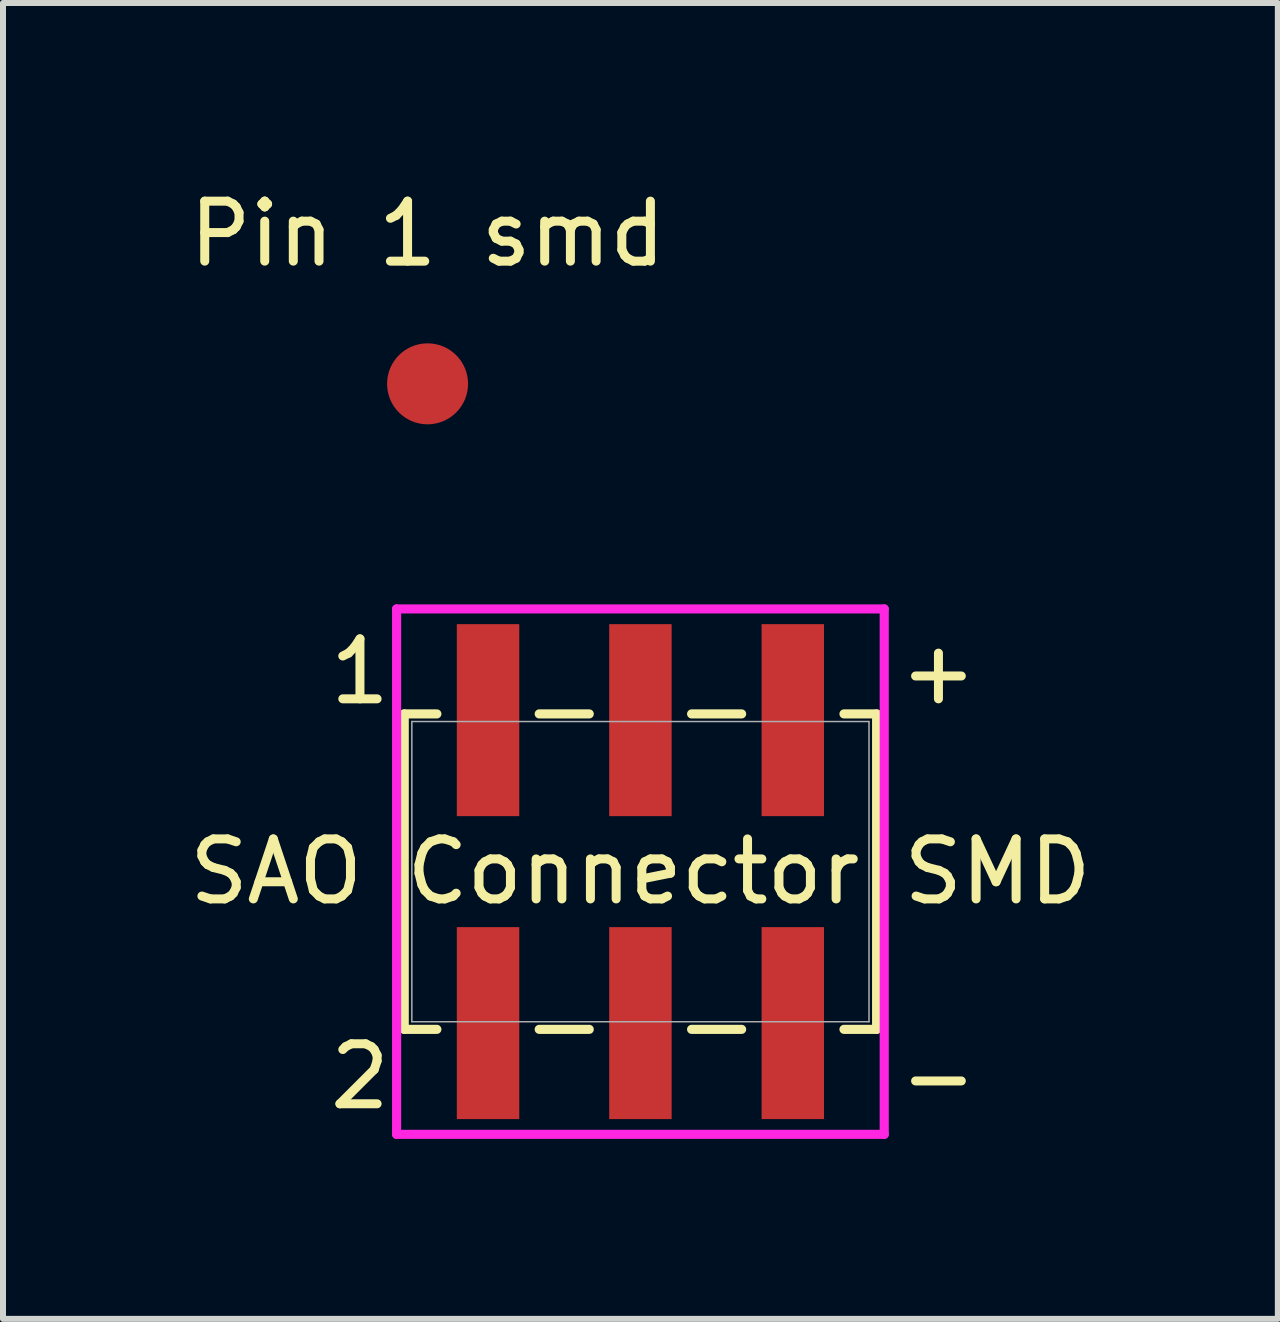
<source format=kicad_pcb>
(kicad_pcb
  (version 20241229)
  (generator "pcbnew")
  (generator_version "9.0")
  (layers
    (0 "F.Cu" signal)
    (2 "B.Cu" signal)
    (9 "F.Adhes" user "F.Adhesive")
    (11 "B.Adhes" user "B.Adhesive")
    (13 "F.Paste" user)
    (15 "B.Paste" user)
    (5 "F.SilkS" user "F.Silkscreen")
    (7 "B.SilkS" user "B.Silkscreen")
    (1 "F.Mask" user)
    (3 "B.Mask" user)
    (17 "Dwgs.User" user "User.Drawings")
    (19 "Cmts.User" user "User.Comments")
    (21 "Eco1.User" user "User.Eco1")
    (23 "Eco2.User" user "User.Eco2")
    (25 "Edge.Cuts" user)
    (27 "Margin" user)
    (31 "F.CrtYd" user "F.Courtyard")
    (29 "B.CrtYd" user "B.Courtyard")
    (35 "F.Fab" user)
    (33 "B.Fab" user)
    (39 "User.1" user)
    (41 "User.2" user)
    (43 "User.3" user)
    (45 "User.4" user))
  (footprint "Pin 1 smd"
    (layer "F.Cu")
    (at 4.077 3.348)
    (property "Reference" "Pin 1 smd" (at 0 -2.5 0) (layer "F.SilkS") (effects (font (size 1 1) (thickness 0.15))))
    (attr through_hole board_only exclude_from_pos_files exclude_from_bom dnp)
    (pad "1" smd circle (at 0 0) (size 1.35 1.35) (layers "F.Cu" "F.Mask" "F.Paste")))
  (footprint "SAO Connector SMD"
    (layer "F.Cu")
    (at 7.625 11.479)
    (property "Reference" "SAO Connector SMD" (at 0 0 0) (unlocked yes) (layer "F.SilkS") (effects (font (size 1 1) (thickness 0.15))))
    (attr smd)
    (fp_line (start -3.937 -2.629) (end -3.937 2.629) (stroke (width 0.152) (type solid)) (layer "F.SilkS"))
    (fp_line (start -3.937 2.629) (end -3.393 2.629) (stroke (width 0.152) (type solid)) (layer "F.SilkS"))
    (fp_line (start -3.393 -2.629) (end -3.937 -2.629) (stroke (width 0.152) (type solid)) (layer "F.SilkS"))
    (fp_line (start -1.687 2.629) (end -0.853 2.629) (stroke (width 0.152) (type solid)) (layer "F.SilkS"))
    (fp_line (start -0.853 -2.629) (end -1.687 -2.629) (stroke (width 0.152) (type solid)) (layer "F.SilkS"))
    (fp_line (start 0.853 2.629) (end 1.687 2.629) (stroke (width 0.152) (type solid)) (layer "F.SilkS"))
    (fp_line (start 1.687 -2.629) (end 0.853 -2.629) (stroke (width 0.152) (type solid)) (layer "F.SilkS"))
    (fp_line (start 3.393 2.629) (end 3.937 2.629) (stroke (width 0.152) (type solid)) (layer "F.SilkS"))
    (fp_line (start 3.937 -2.629) (end 3.393 -2.629) (stroke (width 0.152) (type solid)) (layer "F.SilkS"))
    (fp_line (start 3.937 2.629) (end 3.937 -2.629) (stroke (width 0.152) (type solid)) (layer "F.SilkS"))
    (fp_line (start -4.064 -4.379) (end -4.064 4.379) (stroke (width 0.152) (type solid)) (layer "F.CrtYd"))
    (fp_line (start -4.064 4.379) (end 4.064 4.379) (stroke (width 0.152) (type solid)) (layer "F.CrtYd"))
    (fp_line (start 4.064 -4.379) (end -4.064 -4.379) (stroke (width 0.152) (type solid)) (layer "F.CrtYd"))
    (fp_line (start 4.064 4.379) (end 4.064 -4.379) (stroke (width 0.152) (type solid)) (layer "F.CrtYd"))
    (fp_line (start -3.81 -2.502) (end -3.81 2.502) (stroke (width 0.025) (type solid)) (layer "F.Fab"))
    (fp_line (start -3.81 2.502) (end 3.81 2.502) (stroke (width 0.025) (type solid)) (layer "F.Fab"))
    (fp_line (start 3.81 -2.502) (end -3.81 -2.502) (stroke (width 0.025) (type solid)) (layer "F.Fab"))
    (fp_line (start 3.81 2.502) (end 3.81 -2.502) (stroke (width 0.025) (type solid)) (layer "F.Fab"))
    (fp_text user "-" (at 4.25 4 0) (unlocked yes) (layer "F.SilkS") (effects (font (size 1 1) (thickness 0.15)) (justify left bottom)))
    (fp_text user "2" (at -5.25 4 0) (unlocked yes) (layer "F.SilkS") (effects (font (size 1 1) (thickness 0.15)) (justify left bottom)))
    (fp_text user "1" (at -5.25 -2.75 0) (unlocked yes) (layer "F.SilkS") (effects (font (size 1 1) (thickness 0.15)) (justify left bottom)))
    (fp_text user "+" (at 4.25 -2.75 0) (unlocked yes) (layer "F.SilkS") (effects (font (size 1 1) (thickness 0.15)) (justify left bottom)))
    (pad "1" smd rect (at -2.54 -2.525) (size 1.041 3.2) (layers "F.Cu" "F.Mask" "F.Paste"))
    (pad "2" smd rect (at -2.54 2.525) (size 1.041 3.2) (layers "F.Cu" "F.Mask" "F.Paste"))
    (pad "3" smd rect (at 0 -2.525) (size 1.041 3.2) (layers "F.Cu" "F.Mask" "F.Paste"))
    (pad "4" smd rect (at 0 2.525) (size 1.041 3.2) (layers "F.Cu" "F.Mask" "F.Paste"))
    (pad "5" smd rect (at 2.54 -2.525) (size 1.041 3.2) (layers "F.Cu" "F.Mask" "F.Paste"))
    (pad "6" smd rect (at 2.54 2.525) (size 1.041 3.2) (layers "F.Cu" "F.Mask" "F.Paste")))
  (gr_rect
    (start -3 -3)
    (end 18.25 18.934)
    (stroke (width 0.1) (type default))
    (fill no)
    (layer "Edge.Cuts")))
</source>
